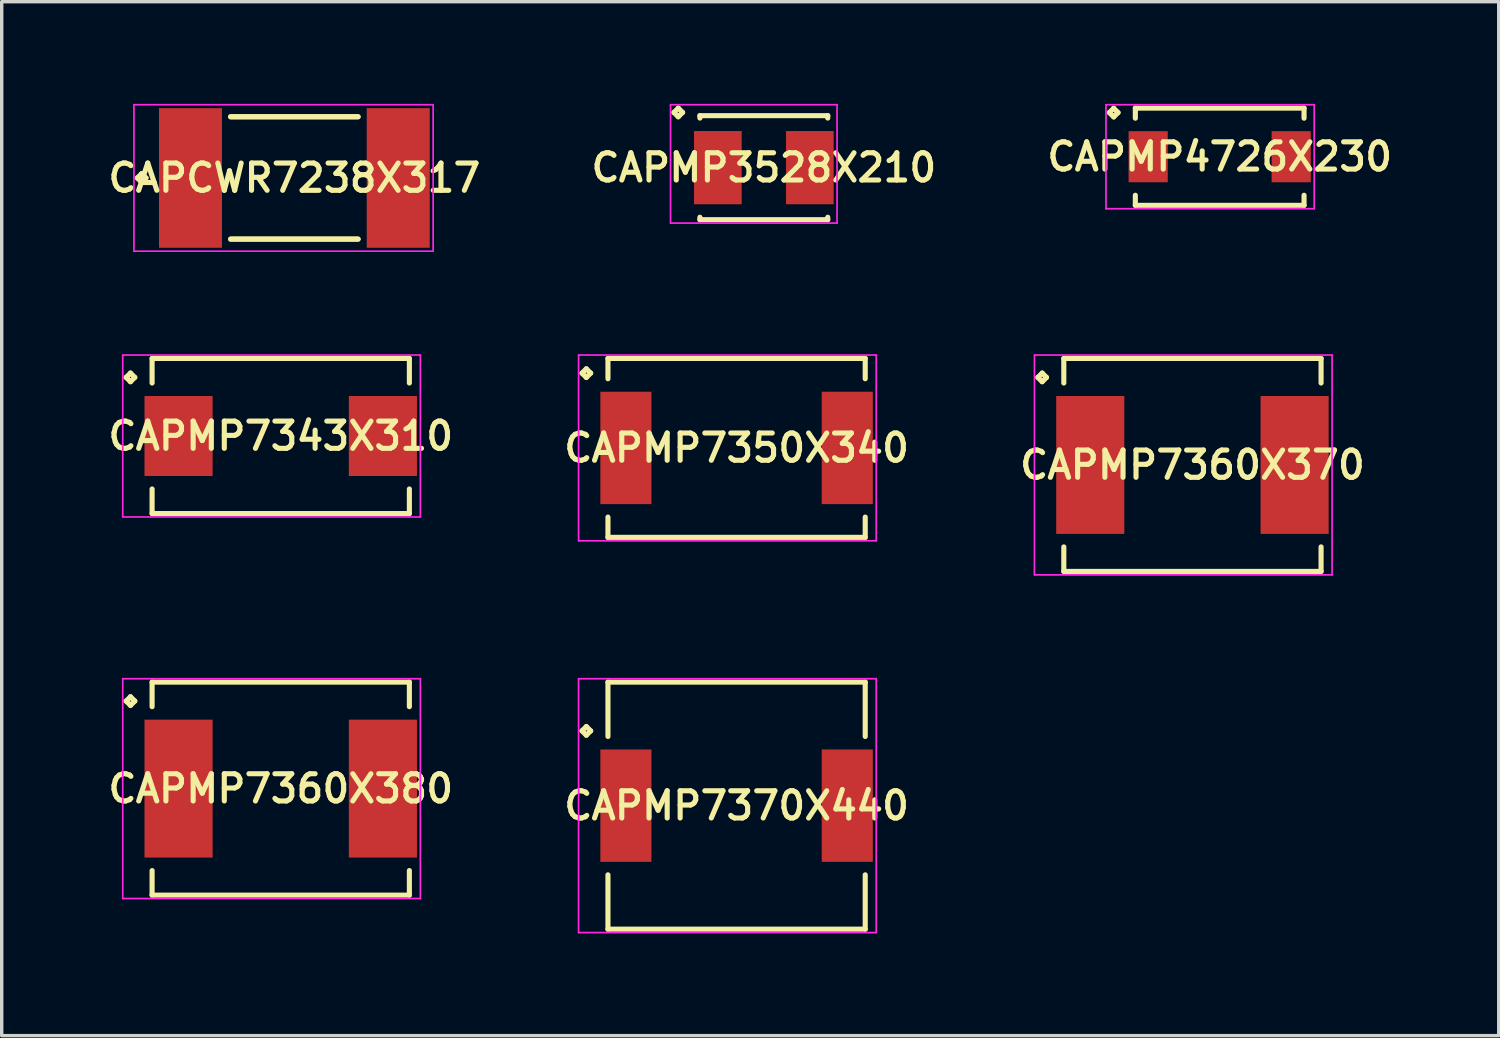
<source format=kicad_pcb>
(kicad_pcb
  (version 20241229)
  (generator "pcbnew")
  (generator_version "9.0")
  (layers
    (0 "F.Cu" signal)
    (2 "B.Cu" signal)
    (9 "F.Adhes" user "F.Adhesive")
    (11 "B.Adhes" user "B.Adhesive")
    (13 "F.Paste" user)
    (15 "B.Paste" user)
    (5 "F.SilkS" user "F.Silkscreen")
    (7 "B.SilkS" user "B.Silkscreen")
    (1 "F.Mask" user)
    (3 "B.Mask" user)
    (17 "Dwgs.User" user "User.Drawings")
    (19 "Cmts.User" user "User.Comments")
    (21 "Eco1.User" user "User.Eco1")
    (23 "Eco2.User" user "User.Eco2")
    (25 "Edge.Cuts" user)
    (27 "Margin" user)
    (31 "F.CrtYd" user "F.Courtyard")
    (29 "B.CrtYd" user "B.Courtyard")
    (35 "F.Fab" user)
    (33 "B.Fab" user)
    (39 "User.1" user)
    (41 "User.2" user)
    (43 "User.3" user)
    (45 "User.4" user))
  (footprint "CAPMP7370X440"
    (layer "F.Cu")
    (at 18.578 20.606)
    (property "Reference" "CAPMP7370X440" (at 0 0 0) (layer "F.SilkS") (effects (font (size 0.8 0.8) (thickness 0.15))))
    (attr smd)
    (fp_line (start -4.539 -2.196) (end -4.412 -2.323) (stroke (width 0.15) (type solid)) (layer "F.SilkS"))
    (fp_line (start -4.412 -2.323) (end -4.285 -2.196) (stroke (width 0.15) (type solid)) (layer "F.SilkS"))
    (fp_line (start -4.412 -2.069) (end -4.539 -2.196) (stroke (width 0.15) (type solid)) (layer "F.SilkS"))
    (fp_line (start -4.285 -2.196) (end -4.412 -2.069) (stroke (width 0.15) (type solid)) (layer "F.SilkS"))
    (fp_line (start -3.777 -3.627) (end 3.777 -3.627) (stroke (width 0.15) (type solid)) (layer "F.SilkS"))
    (fp_line (start -3.777 -2.031) (end -3.777 -3.627) (stroke (width 0.15) (type solid)) (layer "F.SilkS"))
    (fp_line (start -3.777 2.031) (end -3.777 3.627) (stroke (width 0.15) (type solid)) (layer "F.SilkS"))
    (fp_line (start -3.777 3.627) (end 3.777 3.627) (stroke (width 0.15) (type solid)) (layer "F.SilkS"))
    (fp_line (start 3.777 -3.627) (end 3.777 -2.031) (stroke (width 0.15) (type solid)) (layer "F.SilkS"))
    (fp_line (start 3.777 3.627) (end 3.777 2.031) (stroke (width 0.15) (type solid)) (layer "F.SilkS"))
    (fp_line (start -4.639 -3.727) (end 4.1 -3.727) (stroke (width 0.05) (type solid)) (layer "F.CrtYd"))
    (fp_line (start -4.639 3.727) (end -4.639 -3.727) (stroke (width 0.05) (type solid)) (layer "F.CrtYd"))
    (fp_line (start 4.1 -3.727) (end 4.1 3.727) (stroke (width 0.05) (type solid)) (layer "F.CrtYd"))
    (fp_line (start 4.1 3.727) (end -4.639 3.727) (stroke (width 0.05) (type solid)) (layer "F.CrtYd"))
    (pad "1" smd rect (at -3.25 0) (size 1.5 3.3) (layers "F.Cu" "F.Mask" "F.Paste"))
    (pad "2" smd rect (at 3.25 0) (size 1.5 3.3) (layers "F.Cu" "F.Mask" "F.Paste")))
  (footprint "CAPMP3528X210"
    (layer "F.Cu")
    (at 19.378 1.873)
    (property "Reference" "CAPMP3528X210" (at 0 0 0) (layer "F.SilkS") (effects (font (size 0.8 0.8) (thickness 0.15))))
    (attr smd)
    (fp_line (start -2.639 -1.621) (end -2.512 -1.748) (stroke (width 0.15) (type solid)) (layer "F.SilkS"))
    (fp_line (start -2.512 -1.748) (end -2.385 -1.621) (stroke (width 0.15) (type solid)) (layer "F.SilkS"))
    (fp_line (start -2.512 -1.494) (end -2.639 -1.621) (stroke (width 0.15) (type solid)) (layer "F.SilkS"))
    (fp_line (start -2.385 -1.621) (end -2.512 -1.494) (stroke (width 0.15) (type solid)) (layer "F.SilkS"))
    (fp_line (start -1.877 -1.527) (end 1.877 -1.527) (stroke (width 0.15) (type solid)) (layer "F.SilkS"))
    (fp_line (start -1.877 -1.456) (end -1.877 -1.527) (stroke (width 0.15) (type solid)) (layer "F.SilkS"))
    (fp_line (start -1.877 1.456) (end -1.877 1.527) (stroke (width 0.15) (type solid)) (layer "F.SilkS"))
    (fp_line (start -1.877 1.527) (end 1.877 1.527) (stroke (width 0.15) (type solid)) (layer "F.SilkS"))
    (fp_line (start 1.877 -1.527) (end 1.877 -1.456) (stroke (width 0.15) (type solid)) (layer "F.SilkS"))
    (fp_line (start 1.877 1.527) (end 1.877 1.456) (stroke (width 0.15) (type solid)) (layer "F.SilkS"))
    (fp_line (start -2.739 -1.848) (end 2.15 -1.848) (stroke (width 0.05) (type solid)) (layer "F.CrtYd"))
    (fp_line (start -2.739 1.627) (end -2.739 -1.848) (stroke (width 0.05) (type solid)) (layer "F.CrtYd"))
    (fp_line (start 2.15 -1.848) (end 2.15 1.627) (stroke (width 0.05) (type solid)) (layer "F.CrtYd"))
    (fp_line (start 2.15 1.627) (end -2.739 1.627) (stroke (width 0.05) (type solid)) (layer "F.CrtYd"))
    (pad "1" smd rect (at -1.35 0) (size 1.4 2.15) (layers "F.Cu" "F.Mask" "F.Paste"))
    (pad "2" smd rect (at 1.35 0) (size 1.4 2.15) (layers "F.Cu" "F.Mask" "F.Paste")))
  (footprint "CAPCWR7238X317"
    (layer "F.Cu")
    (at 5.593 2.175)
    (property "Reference" "CAPCWR7238X317" (at 0 0 0) (layer "F.SilkS") (effects (font (size 0.8 0.8) (thickness 0.15))))
    (attr smd)
    (fp_line (start -4.61 0) (end -4.483 -0.127) (stroke (width 0.15) (type solid)) (layer "F.SilkS"))
    (fp_line (start -4.483 -0.127) (end -4.356 0) (stroke (width 0.15) (type solid)) (layer "F.SilkS"))
    (fp_line (start -4.483 0.127) (end -4.61 0) (stroke (width 0.15) (type solid)) (layer "F.SilkS"))
    (fp_line (start -4.356 0) (end -4.483 0.127) (stroke (width 0.15) (type solid)) (layer "F.SilkS"))
    (fp_line (start -1.871 -1.796) (end 1.871 -1.796) (stroke (width 0.15) (type solid)) (layer "F.SilkS"))
    (fp_line (start -1.871 1.796) (end 1.871 1.796) (stroke (width 0.15) (type solid)) (layer "F.SilkS"))
    (fp_line (start 1.871 -1.796) (end -1.871 -1.796) (stroke (width 0.15) (type solid)) (layer "F.SilkS"))
    (fp_line (start 1.871 1.796) (end -1.871 1.796) (stroke (width 0.15) (type solid)) (layer "F.SilkS"))
    (fp_line (start -4.71 -2.15) (end 4.075 -2.15) (stroke (width 0.05) (type solid)) (layer "F.CrtYd"))
    (fp_line (start -4.71 2.15) (end -4.71 -2.15) (stroke (width 0.05) (type solid)) (layer "F.CrtYd"))
    (fp_line (start 4.075 -2.15) (end 4.075 2.15) (stroke (width 0.05) (type solid)) (layer "F.CrtYd"))
    (fp_line (start 4.075 2.15) (end -4.71 2.15) (stroke (width 0.05) (type solid)) (layer "F.CrtYd"))
    (pad "1" smd rect (at -3.05 0) (size 1.85 4.1) (layers "F.Cu" "F.Mask" "F.Paste"))
    (pad "2" smd rect (at 3.05 0) (size 1.85 4.1) (layers "F.Cu" "F.Mask" "F.Paste")))
  (footprint "CAPMP7350X340"
    (layer "F.Cu")
    (at 18.578 10.102)
    (property "Reference" "CAPMP7350X340" (at 0 0 0) (layer "F.SilkS") (effects (font (size 0.8 0.8) (thickness 0.15))))
    (attr smd)
    (fp_line (start -4.539 -2.196) (end -4.412 -2.323) (stroke (width 0.15) (type solid)) (layer "F.SilkS"))
    (fp_line (start -4.412 -2.323) (end -4.285 -2.196) (stroke (width 0.15) (type solid)) (layer "F.SilkS"))
    (fp_line (start -4.412 -2.069) (end -4.539 -2.196) (stroke (width 0.15) (type solid)) (layer "F.SilkS"))
    (fp_line (start -4.285 -2.196) (end -4.412 -2.069) (stroke (width 0.15) (type solid)) (layer "F.SilkS"))
    (fp_line (start -3.777 -2.627) (end 3.777 -2.627) (stroke (width 0.15) (type solid)) (layer "F.SilkS"))
    (fp_line (start -3.777 -2.031) (end -3.777 -2.627) (stroke (width 0.15) (type solid)) (layer "F.SilkS"))
    (fp_line (start -3.777 2.031) (end -3.777 2.627) (stroke (width 0.15) (type solid)) (layer "F.SilkS"))
    (fp_line (start -3.777 2.627) (end 3.777 2.627) (stroke (width 0.15) (type solid)) (layer "F.SilkS"))
    (fp_line (start 3.777 -2.627) (end 3.777 -2.031) (stroke (width 0.15) (type solid)) (layer "F.SilkS"))
    (fp_line (start 3.777 2.627) (end 3.777 2.031) (stroke (width 0.15) (type solid)) (layer "F.SilkS"))
    (fp_line (start -4.639 -2.727) (end 4.1 -2.727) (stroke (width 0.05) (type solid)) (layer "F.CrtYd"))
    (fp_line (start -4.639 2.727) (end -4.639 -2.727) (stroke (width 0.05) (type solid)) (layer "F.CrtYd"))
    (fp_line (start 4.1 -2.727) (end 4.1 2.727) (stroke (width 0.05) (type solid)) (layer "F.CrtYd"))
    (fp_line (start 4.1 2.727) (end -4.639 2.727) (stroke (width 0.05) (type solid)) (layer "F.CrtYd"))
    (pad "1" smd rect (at -3.25 0) (size 1.5 3.3) (layers "F.Cu" "F.Mask" "F.Paste"))
    (pad "2" smd rect (at 3.25 0) (size 1.5 3.3) (layers "F.Cu" "F.Mask" "F.Paste")))
  (footprint "CAPMP7360X380"
    (layer "F.Cu")
    (at 5.193 20.106)
    (property "Reference" "CAPMP7360X380" (at 0 0 0) (layer "F.SilkS") (effects (font (size 0.8 0.8) (thickness 0.15))))
    (attr smd)
    (fp_line (start -4.539 -2.571) (end -4.412 -2.698) (stroke (width 0.15) (type solid)) (layer "F.SilkS"))
    (fp_line (start -4.412 -2.698) (end -4.285 -2.571) (stroke (width 0.15) (type solid)) (layer "F.SilkS"))
    (fp_line (start -4.412 -2.444) (end -4.539 -2.571) (stroke (width 0.15) (type solid)) (layer "F.SilkS"))
    (fp_line (start -4.285 -2.571) (end -4.412 -2.444) (stroke (width 0.15) (type solid)) (layer "F.SilkS"))
    (fp_line (start -3.777 -3.127) (end 3.777 -3.127) (stroke (width 0.15) (type solid)) (layer "F.SilkS"))
    (fp_line (start -3.777 -2.406) (end -3.777 -3.127) (stroke (width 0.15) (type solid)) (layer "F.SilkS"))
    (fp_line (start -3.777 2.406) (end -3.777 3.127) (stroke (width 0.15) (type solid)) (layer "F.SilkS"))
    (fp_line (start -3.777 3.127) (end 3.777 3.127) (stroke (width 0.15) (type solid)) (layer "F.SilkS"))
    (fp_line (start 3.777 -3.127) (end 3.777 -2.406) (stroke (width 0.15) (type solid)) (layer "F.SilkS"))
    (fp_line (start 3.777 3.127) (end 3.777 2.406) (stroke (width 0.15) (type solid)) (layer "F.SilkS"))
    (fp_line (start -4.639 -3.227) (end 4.1 -3.227) (stroke (width 0.05) (type solid)) (layer "F.CrtYd"))
    (fp_line (start -4.639 3.227) (end -4.639 -3.227) (stroke (width 0.05) (type solid)) (layer "F.CrtYd"))
    (fp_line (start 4.1 -3.227) (end 4.1 3.227) (stroke (width 0.05) (type solid)) (layer "F.CrtYd"))
    (fp_line (start 4.1 3.227) (end -4.639 3.227) (stroke (width 0.05) (type solid)) (layer "F.CrtYd"))
    (pad "1" smd rect (at -3 0) (size 2 4.05) (layers "F.Cu" "F.Mask" "F.Paste"))
    (pad "2" smd rect (at 3 0) (size 2 4.05) (layers "F.Cu" "F.Mask" "F.Paste")))
  (footprint "CAPMP7360X370"
    (layer "F.Cu")
    (at 31.963 10.602)
    (property "Reference" "CAPMP7360X370" (at 0 0 0) (layer "F.SilkS") (effects (font (size 0.8 0.8) (thickness 0.15))))
    (attr smd)
    (fp_line (start -4.539 -2.571) (end -4.412 -2.698) (stroke (width 0.15) (type solid)) (layer "F.SilkS"))
    (fp_line (start -4.412 -2.698) (end -4.285 -2.571) (stroke (width 0.15) (type solid)) (layer "F.SilkS"))
    (fp_line (start -4.412 -2.444) (end -4.539 -2.571) (stroke (width 0.15) (type solid)) (layer "F.SilkS"))
    (fp_line (start -4.285 -2.571) (end -4.412 -2.444) (stroke (width 0.15) (type solid)) (layer "F.SilkS"))
    (fp_line (start -3.777 -3.127) (end 3.777 -3.127) (stroke (width 0.15) (type solid)) (layer "F.SilkS"))
    (fp_line (start -3.777 -2.406) (end -3.777 -3.127) (stroke (width 0.15) (type solid)) (layer "F.SilkS"))
    (fp_line (start -3.777 2.406) (end -3.777 3.127) (stroke (width 0.15) (type solid)) (layer "F.SilkS"))
    (fp_line (start -3.777 3.127) (end 3.777 3.127) (stroke (width 0.15) (type solid)) (layer "F.SilkS"))
    (fp_line (start 3.777 -3.127) (end 3.777 -2.406) (stroke (width 0.15) (type solid)) (layer "F.SilkS"))
    (fp_line (start 3.777 3.127) (end 3.777 2.406) (stroke (width 0.15) (type solid)) (layer "F.SilkS"))
    (fp_line (start -4.639 -3.227) (end 4.1 -3.227) (stroke (width 0.05) (type solid)) (layer "F.CrtYd"))
    (fp_line (start -4.639 3.227) (end -4.639 -3.227) (stroke (width 0.05) (type solid)) (layer "F.CrtYd"))
    (fp_line (start 4.1 -3.227) (end 4.1 3.227) (stroke (width 0.05) (type solid)) (layer "F.CrtYd"))
    (fp_line (start 4.1 3.227) (end -4.639 3.227) (stroke (width 0.05) (type solid)) (layer "F.CrtYd"))
    (pad "1" smd rect (at -3 0) (size 2 4.05) (layers "F.Cu" "F.Mask" "F.Paste"))
    (pad "2" smd rect (at 3 0) (size 2 4.05) (layers "F.Cu" "F.Mask" "F.Paste")))
  (footprint "CAPMP7343X310"
    (layer "F.Cu")
    (at 5.193 9.752)
    (property "Reference" "CAPMP7343X310" (at 0 0 0) (layer "F.SilkS") (effects (font (size 0.8 0.8) (thickness 0.15))))
    (attr smd)
    (fp_line (start -4.539 -1.721) (end -4.412 -1.848) (stroke (width 0.15) (type solid)) (layer "F.SilkS"))
    (fp_line (start -4.412 -1.848) (end -4.285 -1.721) (stroke (width 0.15) (type solid)) (layer "F.SilkS"))
    (fp_line (start -4.412 -1.594) (end -4.539 -1.721) (stroke (width 0.15) (type solid)) (layer "F.SilkS"))
    (fp_line (start -4.285 -1.721) (end -4.412 -1.594) (stroke (width 0.15) (type solid)) (layer "F.SilkS"))
    (fp_line (start -3.777 -2.277) (end 3.777 -2.277) (stroke (width 0.15) (type solid)) (layer "F.SilkS"))
    (fp_line (start -3.777 -1.556) (end -3.777 -2.277) (stroke (width 0.15) (type solid)) (layer "F.SilkS"))
    (fp_line (start -3.777 1.556) (end -3.777 2.277) (stroke (width 0.15) (type solid)) (layer "F.SilkS"))
    (fp_line (start -3.777 2.277) (end 3.777 2.277) (stroke (width 0.15) (type solid)) (layer "F.SilkS"))
    (fp_line (start 3.777 -2.277) (end 3.777 -1.556) (stroke (width 0.15) (type solid)) (layer "F.SilkS"))
    (fp_line (start 3.777 2.277) (end 3.777 1.556) (stroke (width 0.15) (type solid)) (layer "F.SilkS"))
    (fp_line (start -4.639 -2.377) (end 4.1 -2.377) (stroke (width 0.05) (type solid)) (layer "F.CrtYd"))
    (fp_line (start -4.639 2.377) (end -4.639 -2.377) (stroke (width 0.05) (type solid)) (layer "F.CrtYd"))
    (fp_line (start 4.1 -2.377) (end 4.1 2.377) (stroke (width 0.05) (type solid)) (layer "F.CrtYd"))
    (fp_line (start 4.1 2.377) (end -4.639 2.377) (stroke (width 0.05) (type solid)) (layer "F.CrtYd"))
    (pad "1" smd rect (at -3 0) (size 2 2.35) (layers "F.Cu" "F.Mask" "F.Paste"))
    (pad "2" smd rect (at 3 0) (size 2 2.35) (layers "F.Cu" "F.Mask" "F.Paste")))
  (footprint "CAPMP4726X230"
    (layer "F.Cu")
    (at 32.763 1.552)
    (property "Reference" "CAPMP4726X230" (at 0 0 0) (layer "F.SilkS") (effects (font (size 0.8 0.8) (thickness 0.15))))
    (attr smd)
    (fp_line (start -3.239 -1.296) (end -3.112 -1.423) (stroke (width 0.15) (type solid)) (layer "F.SilkS"))
    (fp_line (start -3.112 -1.423) (end -2.985 -1.296) (stroke (width 0.15) (type solid)) (layer "F.SilkS"))
    (fp_line (start -3.112 -1.169) (end -3.239 -1.296) (stroke (width 0.15) (type solid)) (layer "F.SilkS"))
    (fp_line (start -2.985 -1.296) (end -3.112 -1.169) (stroke (width 0.15) (type solid)) (layer "F.SilkS"))
    (fp_line (start -2.477 -1.427) (end 2.477 -1.427) (stroke (width 0.15) (type solid)) (layer "F.SilkS"))
    (fp_line (start -2.477 -1.131) (end -2.477 -1.427) (stroke (width 0.15) (type solid)) (layer "F.SilkS"))
    (fp_line (start -2.477 1.131) (end -2.477 1.427) (stroke (width 0.15) (type solid)) (layer "F.SilkS"))
    (fp_line (start -2.477 1.427) (end 2.477 1.427) (stroke (width 0.15) (type solid)) (layer "F.SilkS"))
    (fp_line (start 2.477 -1.427) (end 2.477 -1.131) (stroke (width 0.15) (type solid)) (layer "F.SilkS"))
    (fp_line (start 2.477 1.427) (end 2.477 1.131) (stroke (width 0.15) (type solid)) (layer "F.SilkS"))
    (fp_line (start -3.339 -1.527) (end 2.775 -1.527) (stroke (width 0.05) (type solid)) (layer "F.CrtYd"))
    (fp_line (start -3.339 1.527) (end -3.339 -1.527) (stroke (width 0.05) (type solid)) (layer "F.CrtYd"))
    (fp_line (start 2.775 -1.527) (end 2.775 1.527) (stroke (width 0.05) (type solid)) (layer "F.CrtYd"))
    (fp_line (start 2.775 1.527) (end -3.339 1.527) (stroke (width 0.05) (type solid)) (layer "F.CrtYd"))
    (pad "1" smd rect (at -2.1 0) (size 1.15 1.5) (layers "F.Cu" "F.Mask" "F.Paste"))
    (pad "2" smd rect (at 2.1 0) (size 1.15 1.5) (layers "F.Cu" "F.Mask" "F.Paste")))
  (gr_rect
    (start -3 -3)
    (end 40.956 27.358)
    (stroke (width 0.1) (type default))
    (fill no)
    (layer "Edge.Cuts")))
</source>
